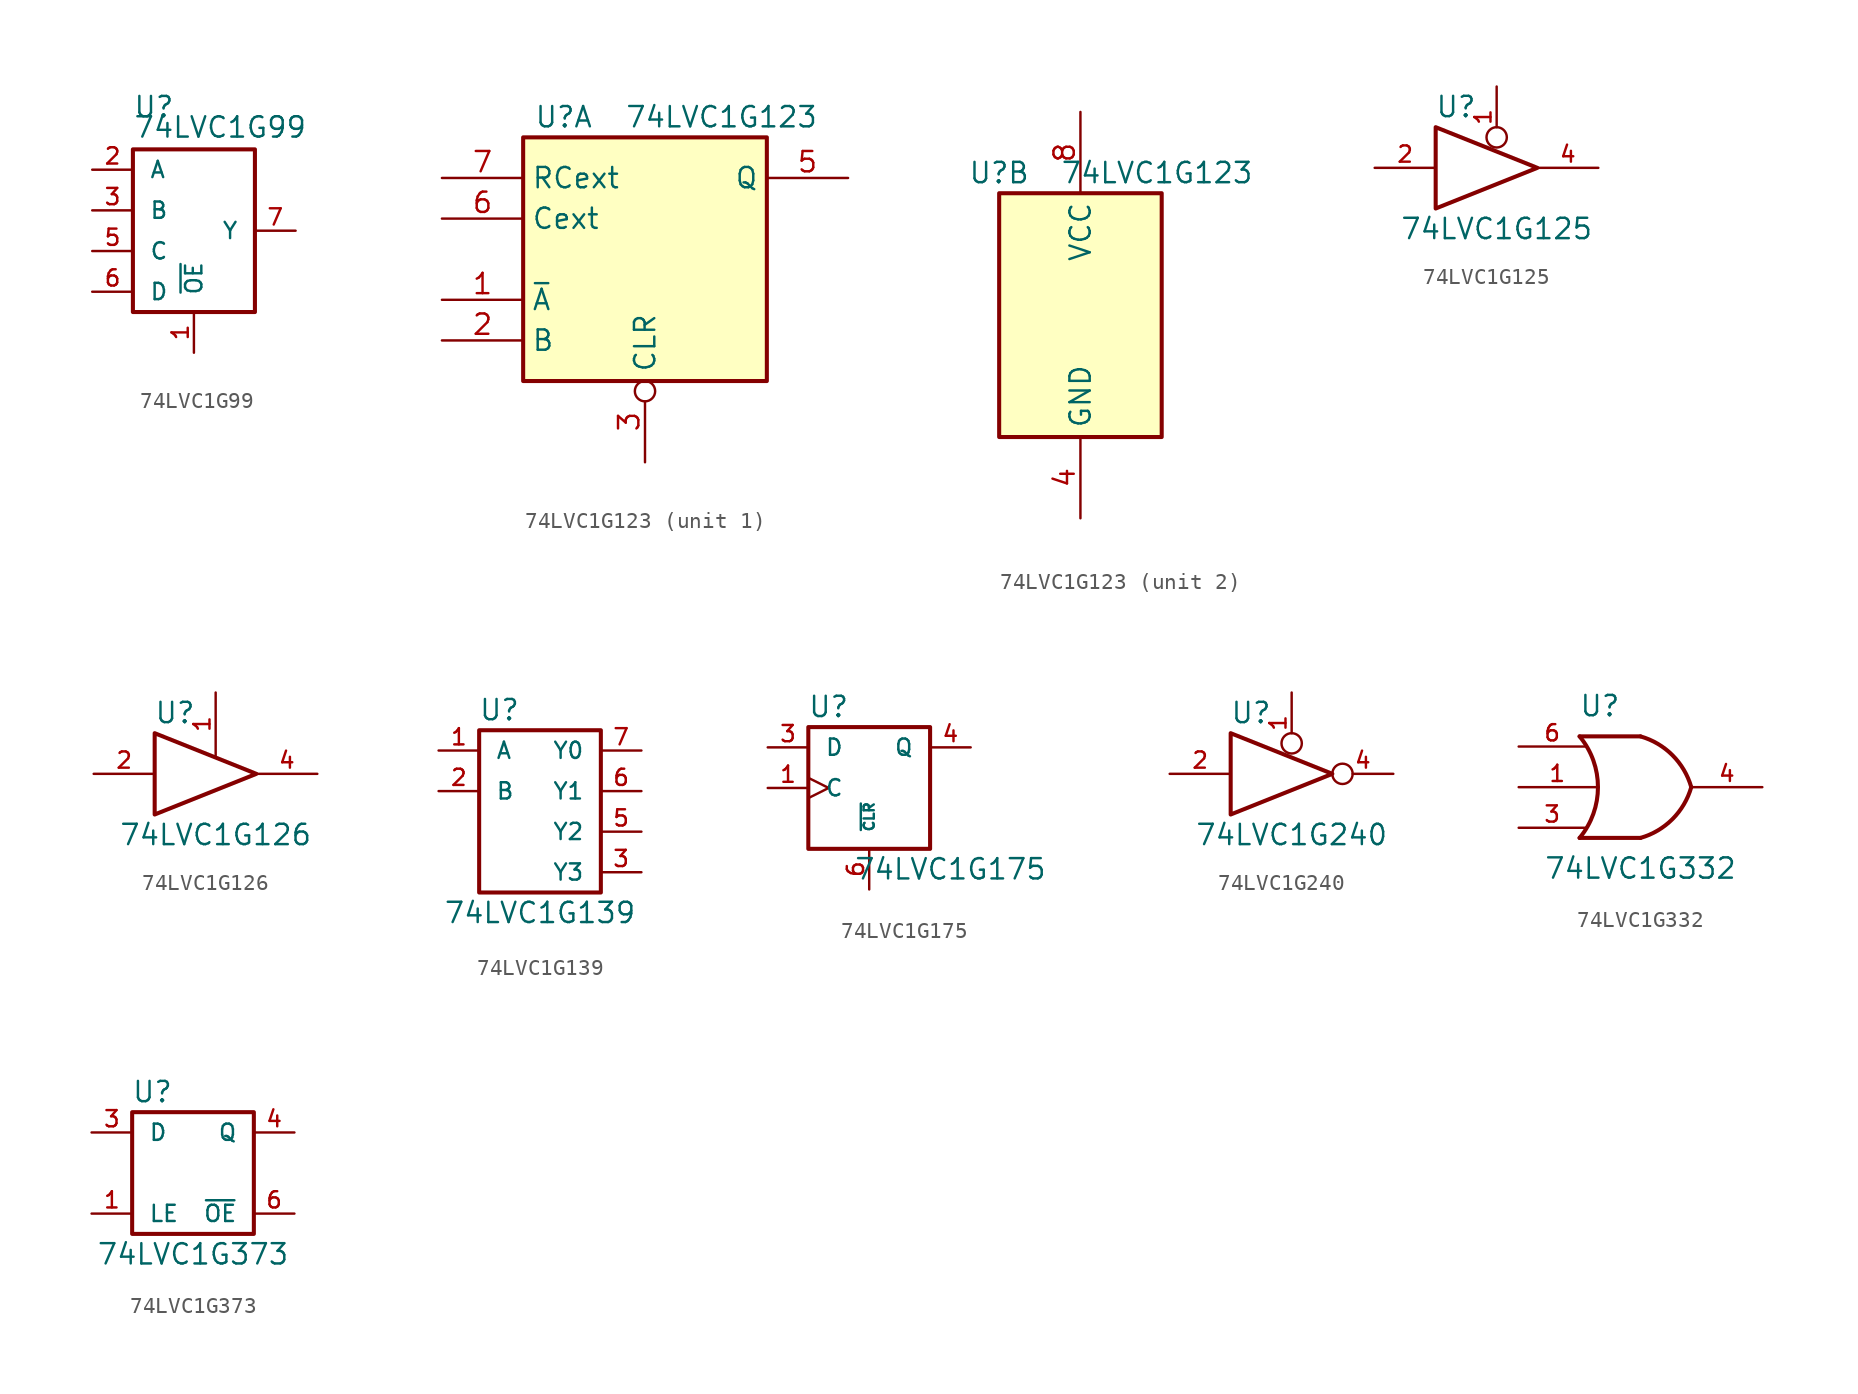
<source format=kicad_sym>
(kicad_symbol_lib
  (version 20200908)
  (generator kicad_symbol_editor)
  (symbol "74xGxx:74LVC1G99"
    (pin_names
      (offset 1.016))
    (property "Reference" "U"
      (at -3.81 6.985 0)
      (effects (font (size 1.27 1.27)) (justify left bottom)))
    (property "Value" "74LVC1G99"
      (at -3.81 5.715 0)
      (effects (font (size 1.27 1.27)) (justify left bottom)))
    (symbol "74LVC1G99_0_1"
      (rectangle (start -3.81 5.08) (end 3.81 -5.08) (stroke (width 0.254)) (fill (type none))))
    (symbol "74LVC1G99_1_1"
      (pin output line (at 0 -7.62 90) (length 2.54) (name "~OE" (effects (font (size 1.016 1.016)))) (number "1" (effects (font (size 1.016 1.016)))))
      (pin input line (at -6.35 3.81 0) (length 2.54) (name "A" (effects (font (size 1.016 1.016)))) (number "2" (effects (font (size 1.016 1.016)))))
      (pin input line (at -6.35 1.27 0) (length 2.54) (name "B" (effects (font (size 1.016 1.016)))) (number "3" (effects (font (size 1.016 1.016)))))
      (pin power_in line (at 2.54 -5.08 270) (length 0) hide (name "GND" (effects (font (size 1.016 1.016)))) (number "4" (effects (font (size 1.016 1.016)))))
      (pin input line (at -6.35 -1.27 0) (length 2.54) (name "C" (effects (font (size 1.016 1.016)))) (number "5" (effects (font (size 1.016 1.016)))))
      (pin output line (at -6.35 -3.81 0) (length 2.54) (name "D" (effects (font (size 1.016 1.016)))) (number "6" (effects (font (size 1.016 1.016)))))
      (pin output line (at 6.35 0 180) (length 2.54) (name "Y" (effects (font (size 1.016 1.016)))) (number "7" (effects (font (size 1.016 1.016)))))
      (pin power_in line (at 2.54 5.08 90) (length 0) hide (name "VCC" (effects (font (size 1.016 1.016)))) (number "8" (effects (font (size 1.016 1.016)))))))
  (symbol "74xGxx:74LVC1G123"
    (property "Reference" "U"
      (at -5.08 8.89 0)
      (effects (font (size 1.27 1.27))))
    (property "Value" "74LVC1G123"
      (at -1.27 8.89 0)
      (effects (font (size 1.27 1.27)) (justify left)))
    (symbol "74LVC1G123_1_1"
      (rectangle (start -7.62 7.62) (end 7.62 -7.62) (stroke (width 0.254)) (fill (type background)))
      (pin input line (at -12.7 -2.54 0) (length 5.08) (name "~A" (effects (font (size 1.27 1.27)))) (number "1" (effects (font (size 1.27 1.27)))))
      (pin input line (at -12.7 -5.08 0) (length 5.08) (name "B" (effects (font (size 1.27 1.27)))) (number "2" (effects (font (size 1.27 1.27)))))
      (pin input inverted (at 0 -12.7 90) (length 5.08) (name "CLR" (effects (font (size 1.27 1.27)))) (number "3" (effects (font (size 1.27 1.27)))))
      (pin output line (at 12.7 5.08 180) (length 5.08) (name "Q" (effects (font (size 1.27 1.27)))) (number "5" (effects (font (size 1.27 1.27)))))
      (pin input line (at -12.7 2.54 0) (length 5.08) (name "Cext" (effects (font (size 1.27 1.27)))) (number "6" (effects (font (size 1.27 1.27)))))
      (pin input line (at -12.7 5.08 0) (length 5.08) (name "RCext" (effects (font (size 1.27 1.27)))) (number "7" (effects (font (size 1.27 1.27))))))
    (symbol "74LVC1G123_2_1"
      (rectangle (start -5.08 7.62) (end 5.08 -7.62) (stroke (width 0.254)) (fill (type background)))
      (pin power_in line (at 0 -12.7 90) (length 5.08) (name "GND" (effects (font (size 1.27 1.27)))) (number "4" (effects (font (size 1.27 1.27)))))
      (pin power_in line (at 0 12.7 270) (length 5.08) (name "VCC" (effects (font (size 1.27 1.27)))) (number "8" (effects (font (size 1.27 1.27)))))))
  (symbol "74xGxx:74LVC1G125"
    (pin_names
      (offset 1.016))
    (property "Reference" "U"
      (at -2.54 3.81 0)
      (effects (font (size 1.27 1.27))))
    (property "Value" "74LVC1G125"
      (at 0 -3.81 0)
      (effects (font (size 1.27 1.27))))
    (symbol "74LVC1G125_0_1"
      (polyline (pts (xy -3.81 2.54) (xy -3.81 -2.54) (xy 2.54 0) (xy -3.81 2.54)) (stroke (width 0.254)) (fill (type none))))
    (symbol "74LVC1G125_1_1"
      (pin input inverted (at 0 5.08 270) (length 3.81) (name "~" (effects (font (size 1.016 1.016)))) (number "1" (effects (font (size 1.016 1.016)))))
      (pin input line (at -7.62 0 0) (length 3.81) (name "~" (effects (font (size 1.016 1.016)))) (number "2" (effects (font (size 1.016 1.016)))))
      (pin power_in line (at 1.27 -1.27 270) (length 0) hide (name "GND" (effects (font (size 1.016 1.016)))) (number "3" (effects (font (size 1.016 1.016)))))
      (pin tri_state line (at 6.35 0 180) (length 3.81) (name "~" (effects (font (size 1.016 1.016)))) (number "4" (effects (font (size 1.016 1.016)))))
      (pin power_in line (at 1.27 1.27 90) (length 0) hide (name "VCC" (effects (font (size 1.016 1.016)))) (number "5" (effects (font (size 1.016 1.016)))))))
  (symbol "74xGxx:74LVC1G126"
    (pin_names
      (offset 1.016))
    (property "Reference" "U"
      (at -2.54 3.81 0)
      (effects (font (size 1.27 1.27))))
    (property "Value" "74LVC1G126"
      (at 0 -3.81 0)
      (effects (font (size 1.27 1.27))))
    (symbol "74LVC1G126_0_1"
      (polyline (pts (xy -3.81 2.54) (xy -3.81 -2.54) (xy 2.54 0) (xy -3.81 2.54)) (stroke (width 0.254)) (fill (type none))))
    (symbol "74LVC1G126_1_1"
      (pin input line (at 0 5.08 270) (length 3.937) (name "~" (effects (font (size 1.016 1.016)))) (number "1" (effects (font (size 1.016 1.016)))))
      (pin input line (at -7.62 0 0) (length 3.81) (name "~" (effects (font (size 1.016 1.016)))) (number "2" (effects (font (size 1.016 1.016)))))
      (pin power_in line (at 1.27 -1.27 270) (length 0) hide (name "GND" (effects (font (size 1.016 1.016)))) (number "3" (effects (font (size 1.016 1.016)))))
      (pin tri_state line (at 6.35 0 180) (length 3.81) (name "~" (effects (font (size 1.016 1.016)))) (number "4" (effects (font (size 1.016 1.016)))))
      (pin power_in line (at 1.27 1.27 90) (length 0) hide (name "VCC" (effects (font (size 1.016 1.016)))) (number "5" (effects (font (size 1.016 1.016)))))))
  (symbol "74xGxx:74LVC1G139"
    (pin_names
      (offset 1.016))
    (property "Reference" "U"
      (at -2.54 6.35 0)
      (effects (font (size 1.27 1.27))))
    (property "Value" "74LVC1G139"
      (at 0 -6.35 0)
      (effects (font (size 1.27 1.27))))
    (symbol "74LVC1G139_0_1"
      (rectangle (start -3.81 5.08) (end 3.81 -5.08) (stroke (width 0.254)) (fill (type none))))
    (symbol "74LVC1G139_1_1"
      (pin input line (at -6.35 3.81 0) (length 2.54) (name "A" (effects (font (size 1.016 1.016)))) (number "1" (effects (font (size 1.016 1.016)))))
      (pin input line (at -6.35 1.27 0) (length 2.54) (name "B" (effects (font (size 1.016 1.016)))) (number "2" (effects (font (size 1.016 1.016)))))
      (pin output line (at 6.35 -3.81 180) (length 2.54) (name "Y3" (effects (font (size 1.016 1.016)))) (number "3" (effects (font (size 1.016 1.016)))))
      (pin power_in line (at 0 -5.08 270) (length 0) hide (name "GND" (effects (font (size 1.016 1.016)))) (number "4" (effects (font (size 1.016 1.016)))))
      (pin output line (at 6.35 -1.27 180) (length 2.54) (name "Y2" (effects (font (size 1.016 1.016)))) (number "5" (effects (font (size 1.016 1.016)))))
      (pin output line (at 6.35 1.27 180) (length 2.54) (name "Y1" (effects (font (size 1.016 1.016)))) (number "6" (effects (font (size 1.016 1.016)))))
      (pin output line (at 6.35 3.81 180) (length 2.54) (name "Y0" (effects (font (size 1.016 1.016)))) (number "7" (effects (font (size 1.016 1.016)))))
      (pin power_in line (at 0 5.08 90) (length 0) hide (name "VCC" (effects (font (size 1.016 1.016)))) (number "8" (effects (font (size 1.016 1.016)))))))
  (symbol "74xGxx:74LVC1G175"
    (pin_names
      (offset 1.016))
    (property "Reference" "U"
      (at -2.54 5.08 0)
      (effects (font (size 1.27 1.27))))
    (property "Value" "74LVC1G175"
      (at 5.08 -5.08 0)
      (effects (font (size 1.27 1.27))))
    (symbol "74LVC1G175_0_1"
      (rectangle (start -3.81 3.81) (end 3.81 -3.81) (stroke (width 0.254)) (fill (type none))))
    (symbol "74LVC1G175_1_1"
      (pin input clock (at -6.35 0 0) (length 2.54) (name "C" (effects (font (size 1.016 1.016)))) (number "1" (effects (font (size 1.016 1.016)))))
      (pin power_in line (at -3.81 -3.81 270) (length 0) hide (name "GND" (effects (font (size 1.016 1.016)))) (number "2" (effects (font (size 1.016 1.016)))))
      (pin input line (at -6.35 2.54 0) (length 2.54) (name "D" (effects (font (size 1.016 1.016)))) (number "3" (effects (font (size 1.016 1.016)))))
      (pin output line (at 6.35 2.54 180) (length 2.54) (name "Q" (effects (font (size 1.016 1.016)))) (number "4" (effects (font (size 1.016 1.016)))))
      (pin power_in line (at 0 3.81 90) (length 0) hide (name "VCC" (effects (font (size 1.016 1.016)))) (number "5" (effects (font (size 1.016 1.016)))))
      (pin input line (at 0 -6.35 90) (length 2.54) (name "~CLR" (effects (font (size 0.635 0.635)))) (number "6" (effects (font (size 1.016 1.016)))))))
  (symbol "74xGxx:74LVC1G240"
    (pin_names
      (offset 1.016))
    (property "Reference" "U"
      (at -2.54 3.81 0)
      (effects (font (size 1.27 1.27))))
    (property "Value" "74LVC1G240"
      (at 0 -3.81 0)
      (effects (font (size 1.27 1.27))))
    (symbol "74LVC1G240_0_1"
      (polyline (pts (xy -3.81 2.54) (xy -3.81 -2.54) (xy 2.54 0) (xy -3.81 2.54)) (stroke (width 0.254)) (fill (type none))))
    (symbol "74LVC1G240_1_1"
      (pin input inverted (at 0 5.08 270) (length 3.81) (name "~" (effects (font (size 1.016 1.016)))) (number "1" (effects (font (size 1.016 1.016)))))
      (pin input line (at -7.62 0 0) (length 3.81) (name "~" (effects (font (size 1.016 1.016)))) (number "2" (effects (font (size 1.016 1.016)))))
      (pin power_in line (at 1.27 -1.27 270) (length 0) hide (name "GND" (effects (font (size 1.016 1.016)))) (number "3" (effects (font (size 1.016 1.016)))))
      (pin tri_state inverted (at 6.35 0 180) (length 3.81) (name "~" (effects (font (size 1.016 1.016)))) (number "4" (effects (font (size 1.016 1.016)))))
      (pin power_in line (at 1.27 1.27 90) (length 0) hide (name "VCC" (effects (font (size 1.016 1.016)))) (number "5" (effects (font (size 1.016 1.016)))))))
  (symbol "74xGxx:74LVC1G332"
    (pin_names
      (offset 1.016))
    (property "Reference" "U"
      (at -2.54 5.08 0)
      (effects (font (size 1.27 1.27))))
    (property "Value" "74LVC1G332"
      (at 0 -5.08 0)
      (effects (font (size 1.27 1.27))))
    (symbol "74LVC1G332_0_1"
      (arc (start -3.81 3.175) (end -3.81 -3.175) (radius (at -7.62 0) (length 4.953) (angles 39.8 -39.8)) (stroke (width 0.254)) (fill (type none)))
      (arc (start 0 3.175) (end 3.175 0) (radius (at -1.27 -1.27) (length 4.6228) (angles 74 15.9)) (stroke (width 0.254)) (fill (type none)))
      (arc (start 0 -3.175) (end 3.175 0) (radius (at -1.27 1.27) (length 4.6228) (angles -74 -15.9)) (stroke (width 0.254)) (fill (type none)))
      (polyline (pts (xy 0 -3.175) (xy -3.81 -3.175)) (stroke (width 0.254)) (fill (type none)))
      (polyline (pts (xy 0 3.175) (xy -3.81 3.175)) (stroke (width 0.254)) (fill (type none))))
    (symbol "74LVC1G332_1_1"
      (pin input line (at -7.62 0 0) (length 4.826) (name "~" (effects (font (size 1.016 1.016)))) (number "1" (effects (font (size 1.016 1.016)))))
      (pin power_in line (at 0 -3.175 270) (length 0) hide (name "GND" (effects (font (size 1.016 1.016)))) (number "2" (effects (font (size 1.016 1.016)))))
      (pin input line (at -7.62 -2.54 0) (length 4.191) (name "~" (effects (font (size 1.016 1.016)))) (number "3" (effects (font (size 1.016 1.016)))))
      (pin output line (at 7.62 0 180) (length 4.445) (name "~" (effects (font (size 1.016 1.016)))) (number "4" (effects (font (size 1.016 1.016)))))
      (pin power_in line (at 0 3.175 90) (length 0) hide (name "VCC" (effects (font (size 1.016 1.016)))) (number "5" (effects (font (size 1.016 1.016)))))
      (pin input line (at -7.62 2.54 0) (length 4.191) (name "~" (effects (font (size 1.016 1.016)))) (number "6" (effects (font (size 1.016 1.016)))))))
  (symbol "74xGxx:74LVC1G373"
    (pin_names
      (offset 1.016))
    (property "Reference" "U"
      (at -2.54 5.08 0)
      (effects (font (size 1.27 1.27))))
    (property "Value" "74LVC1G373"
      (at 0 -5.08 0)
      (effects (font (size 1.27 1.27))))
    (symbol "74LVC1G373_0_1"
      (rectangle (start -3.81 3.81) (end 3.81 -3.81) (stroke (width 0.254)) (fill (type none))))
    (symbol "74LVC1G373_1_1"
      (pin input line (at -6.35 -2.54 0) (length 2.54) (name "LE" (effects (font (size 1.016 1.016)))) (number "1" (effects (font (size 1.016 1.016)))))
      (pin power_in line (at 0 -3.81 270) (length 0) hide (name "GND" (effects (font (size 1.016 1.016)))) (number "2" (effects (font (size 1.016 1.016)))))
      (pin input line (at -6.35 2.54 0) (length 2.54) (name "D" (effects (font (size 1.016 1.016)))) (number "3" (effects (font (size 1.016 1.016)))))
      (pin tri_state line (at 6.35 2.54 180) (length 2.54) (name "Q" (effects (font (size 1.016 1.016)))) (number "4" (effects (font (size 1.016 1.016)))))
      (pin power_in line (at 0 3.81 90) (length 0) hide (name "VCC" (effects (font (size 1.016 1.016)))) (number "5" (effects (font (size 1.016 1.016)))))
      (pin input line (at 6.35 -2.54 180) (length 2.54) (name "~OE" (effects (font (size 1.016 1.016)))) (number "6" (effects (font (size 1.016 1.016))))))))
</source>
